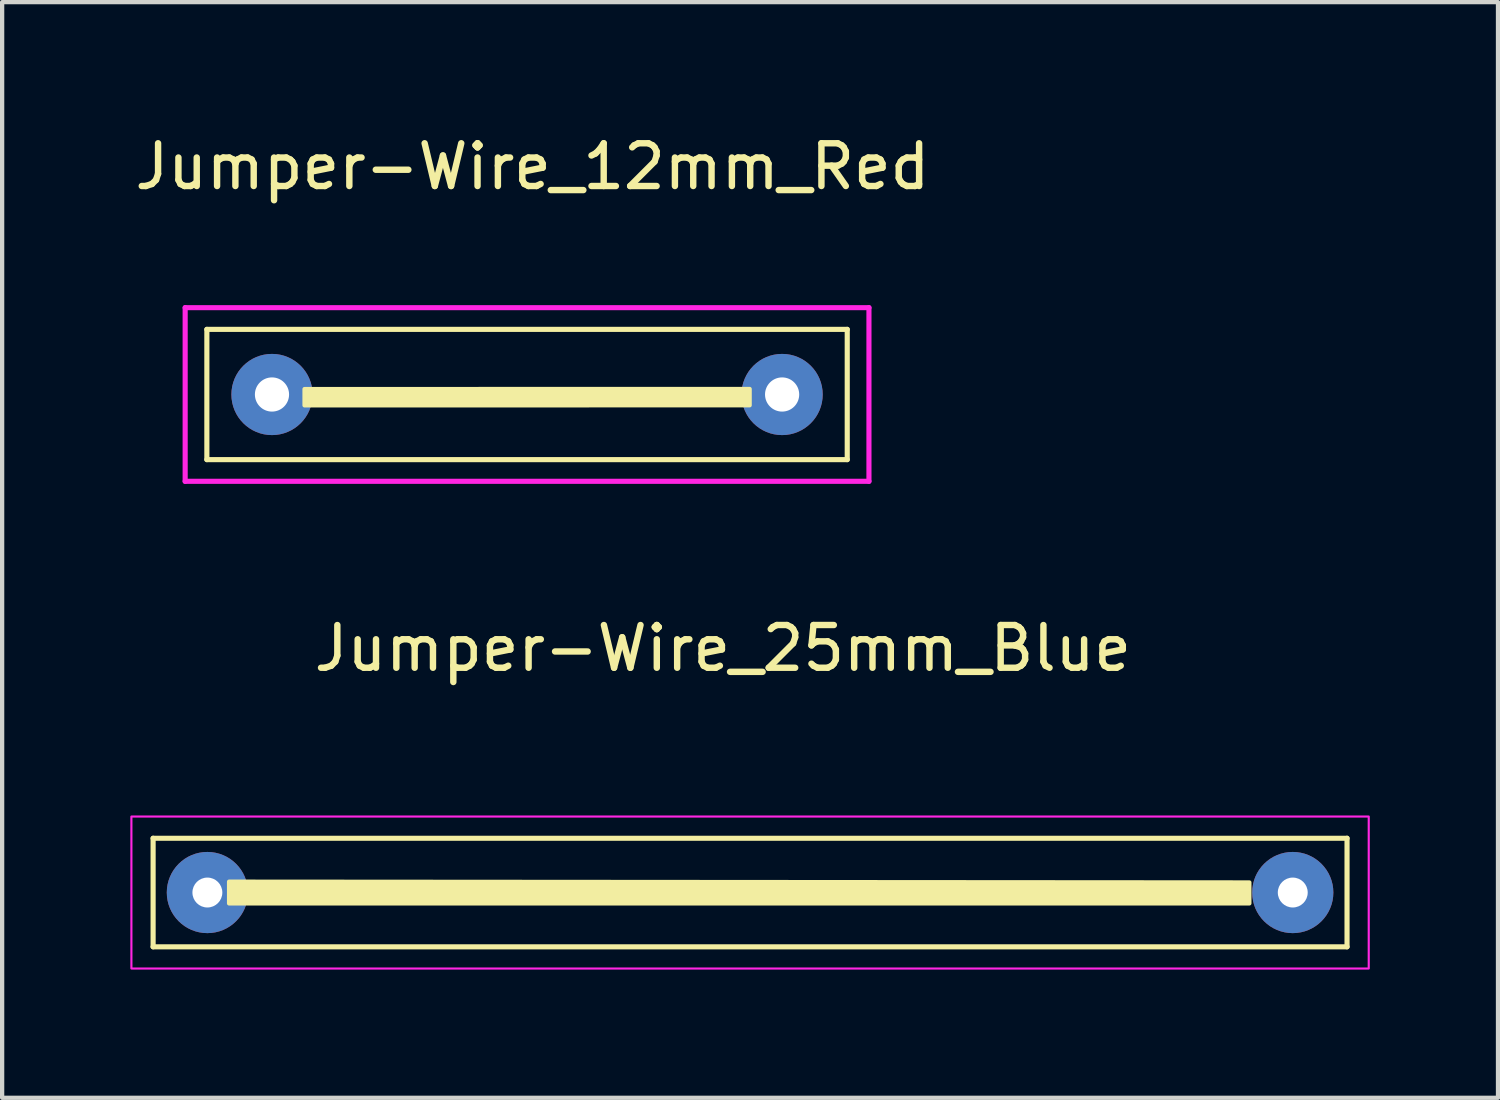
<source format=kicad_pcb>
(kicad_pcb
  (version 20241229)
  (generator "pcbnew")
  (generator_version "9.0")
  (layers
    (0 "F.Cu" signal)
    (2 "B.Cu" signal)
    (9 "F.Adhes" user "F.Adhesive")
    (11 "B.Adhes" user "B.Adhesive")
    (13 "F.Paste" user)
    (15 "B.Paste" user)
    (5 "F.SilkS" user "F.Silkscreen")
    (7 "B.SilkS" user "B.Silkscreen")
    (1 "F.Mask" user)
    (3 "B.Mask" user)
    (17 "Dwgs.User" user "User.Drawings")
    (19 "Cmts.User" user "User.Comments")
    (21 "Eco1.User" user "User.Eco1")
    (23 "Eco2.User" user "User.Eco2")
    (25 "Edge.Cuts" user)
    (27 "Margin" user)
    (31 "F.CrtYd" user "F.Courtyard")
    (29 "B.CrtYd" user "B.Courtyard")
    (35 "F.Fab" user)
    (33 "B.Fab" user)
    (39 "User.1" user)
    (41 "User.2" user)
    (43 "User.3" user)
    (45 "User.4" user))
  (footprint "Jumper-Wire_25mm_Blue"
    (layer "F.Cu")
    (at 1.803 17.837)
    (property "Reference" "Jumper-Wire_25mm_Blue" (at 12.065 -5.715 0) (layer "F.SilkS") (effects (font (size 1 1) (thickness 0.15))))
    (attr through_hole)
    (fp_line (start -1.27 -1.27) (end 26.67 -1.27) (stroke (width 0.12) (type solid)) (layer "F.SilkS"))
    (fp_line (start -1.27 1.27) (end -1.27 -1.27) (stroke (width 0.12) (type solid)) (layer "F.SilkS"))
    (fp_line (start 26.67 -1.27) (end 26.67 1.27) (stroke (width 0.12) (type solid)) (layer "F.SilkS"))
    (fp_line (start 26.67 1.27) (end -1.27 1.27) (stroke (width 0.12) (type solid)) (layer "F.SilkS"))
    (fp_poly (pts (xy 24.384 0.254) (xy 0.508 0.254) (xy 0.508 -0.254) (xy 24.384 -0.236)) (stroke (width 0.1) (type solid)) (fill yes) (layer "F.SilkS"))
    (fp_rect (start -1.778 -1.778) (end 27.178 1.778) (stroke (width 0.05) (type default)) (fill no) (layer "F.CrtYd"))
    (pad "1" thru_hole circle (at 0 0) (size 1.9 1.9) (drill 0.7) (property pad_prop_heatsink) (layers "*.Cu" "*.Mask"))
    (pad "2" thru_hole circle (at 25.4 0) (size 1.9 1.9) (drill 0.7) (property pad_prop_heatsink) (layers "*.Cu" "*.Mask")))
  (footprint "Jumper-Wire_12mm_Red"
    (layer "F.Cu")
    (at 3.315 6.182)
    (property "Reference" "Jumper-Wire_12mm_Red" (at 6.096 -5.334 0) (layer "F.SilkS") (effects (font (size 1 1) (thickness 0.15))))
    (attr through_hole)
    (fp_line (start -1.524 -1.524) (end 13.462 -1.524) (stroke (width 0.12) (type solid)) (layer "F.SilkS"))
    (fp_line (start -1.524 1.524) (end -1.524 -1.524) (stroke (width 0.12) (type solid)) (layer "F.SilkS"))
    (fp_line (start 13.462 -1.524) (end 13.462 1.524) (stroke (width 0.12) (type solid)) (layer "F.SilkS"))
    (fp_line (start 13.462 1.524) (end -1.524 1.524) (stroke (width 0.12) (type solid)) (layer "F.SilkS"))
    (fp_poly (pts (xy 11.178 0.252) (xy 0.762 0.254) (xy 0.762 -0.127) (xy 11.178 -0.129)) (stroke (width 0.1) (type solid)) (fill yes) (layer "F.SilkS"))
    (fp_line (start -2.032 -2.032) (end 13.97 -2.032) (stroke (width 0.12) (type solid)) (layer "F.CrtYd"))
    (fp_line (start -2.032 2.032) (end -2.032 -2.032) (stroke (width 0.12) (type solid)) (layer "F.CrtYd"))
    (fp_line (start 13.97 -2.032) (end 13.97 2.032) (stroke (width 0.12) (type solid)) (layer "F.CrtYd"))
    (fp_line (start 13.97 2.032) (end -2.032 2.032) (stroke (width 0.12) (type solid)) (layer "F.CrtYd"))
    (pad "1" thru_hole oval (at 0 0) (size 1.9 1.9) (drill 0.8) (layers "*.Cu" "*.Mask"))
    (pad "2" thru_hole oval (at 11.938 0) (size 1.9 1.9) (drill 0.8) (layers "*.Cu" "*.Mask")))
  (gr_rect
    (start -3 -3)
    (end 32.006 22.64)
    (stroke (width 0.1) (type default))
    (fill no)
    (layer "Edge.Cuts")))
</source>
